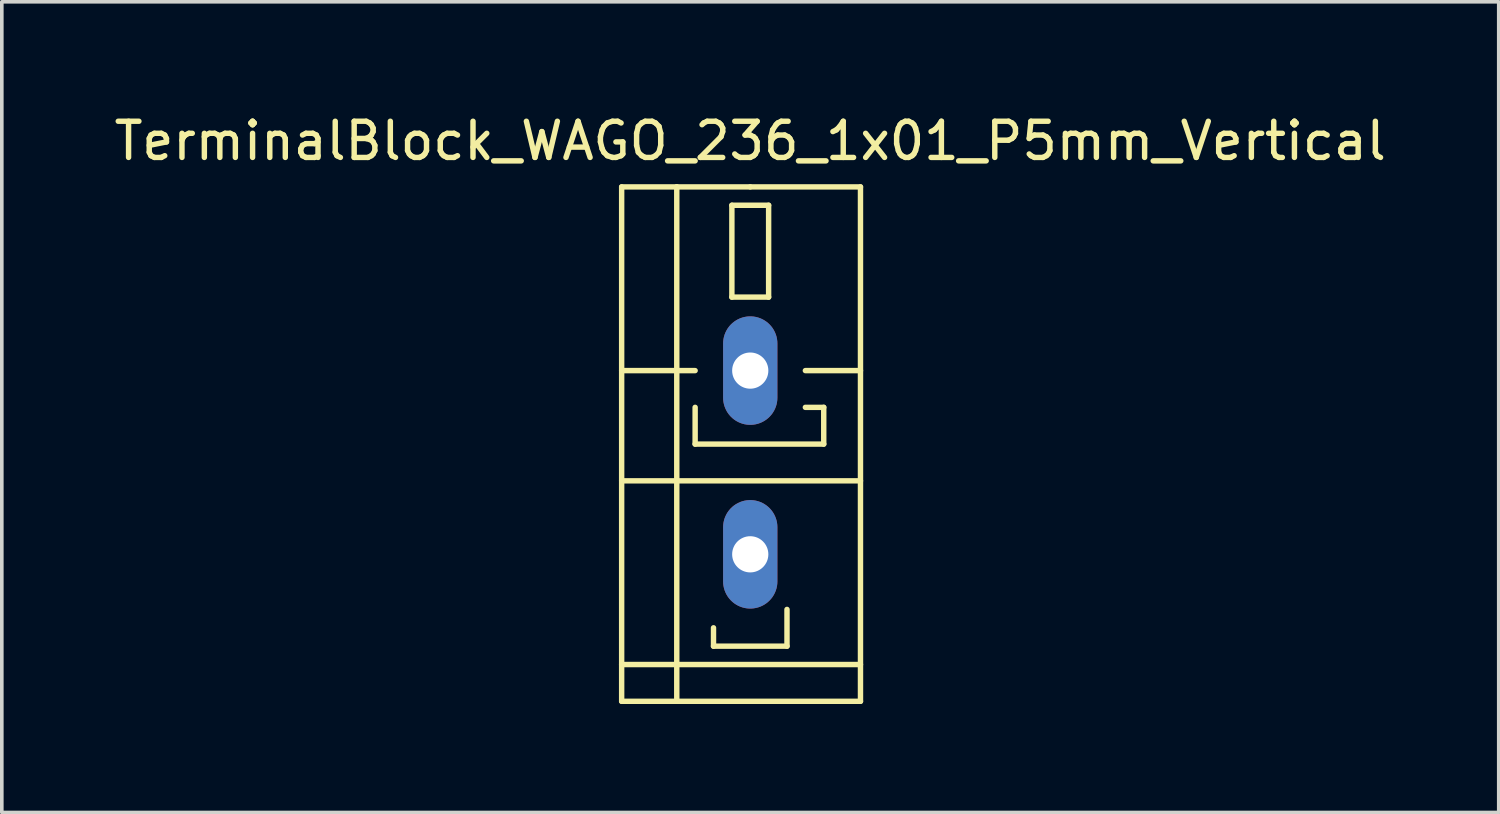
<source format=kicad_pcb>
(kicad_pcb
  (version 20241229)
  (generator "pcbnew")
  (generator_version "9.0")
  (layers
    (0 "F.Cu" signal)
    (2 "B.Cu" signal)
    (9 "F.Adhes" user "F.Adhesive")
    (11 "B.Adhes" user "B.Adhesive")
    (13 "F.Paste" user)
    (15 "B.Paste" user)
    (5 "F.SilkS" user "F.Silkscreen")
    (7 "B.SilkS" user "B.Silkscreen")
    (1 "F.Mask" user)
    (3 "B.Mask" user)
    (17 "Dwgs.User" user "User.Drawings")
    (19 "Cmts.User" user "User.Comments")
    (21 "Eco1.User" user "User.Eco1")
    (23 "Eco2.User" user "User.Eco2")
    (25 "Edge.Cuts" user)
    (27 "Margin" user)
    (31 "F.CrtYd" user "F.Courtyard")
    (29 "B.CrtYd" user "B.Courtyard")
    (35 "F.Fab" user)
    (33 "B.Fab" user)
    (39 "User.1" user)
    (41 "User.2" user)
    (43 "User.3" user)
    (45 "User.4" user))
  (footprint "TerminalBlock_WAGO_236_1x01_P5mm_Vertical"
    (layer "F.Cu")
    (at 17.696 9.738)
    (property "Reference" "TerminalBlock_WAGO_236_1x01_P5mm_Vertical" (at 0 -8.89 0) (layer "F.SilkS") (effects (font (size 1 1) (thickness 0.15))))
    (attr through_hole)
    (fp_line (start -3.556 -7.62) (end -2.032 -7.62) (stroke (width 0.15) (type solid)) (layer "F.SilkS"))
    (fp_line (start -3.556 -2.54) (end -1.524 -2.54) (stroke (width 0.15) (type solid)) (layer "F.SilkS"))
    (fp_line (start -3.556 0.508) (end 3.048 0.508) (stroke (width 0.15) (type solid)) (layer "F.SilkS"))
    (fp_line (start -3.556 5.588) (end 3.048 5.588) (stroke (width 0.15) (type solid)) (layer "F.SilkS"))
    (fp_line (start -3.556 6.604) (end -3.556 -7.62) (stroke (width 0.15) (type solid)) (layer "F.SilkS"))
    (fp_line (start -2.032 -7.62) (end 0 -7.62) (stroke (width 0.15) (type solid)) (layer "F.SilkS"))
    (fp_line (start -2.032 6.604) (end -3.556 6.604) (stroke (width 0.15) (type solid)) (layer "F.SilkS"))
    (fp_line (start -2.032 6.604) (end -2.032 -7.62) (stroke (width 0.15) (type solid)) (layer "F.SilkS"))
    (fp_line (start -1.524 -1.524) (end -1.524 -0.508) (stroke (width 0.15) (type solid)) (layer "F.SilkS"))
    (fp_line (start -1.524 -0.508) (end 2.032 -0.508) (stroke (width 0.15) (type solid)) (layer "F.SilkS"))
    (fp_line (start -1.016 4.572) (end -1.016 5.08) (stroke (width 0.15) (type solid)) (layer "F.SilkS"))
    (fp_line (start -1.016 5.08) (end 1.016 5.08) (stroke (width 0.15) (type solid)) (layer "F.SilkS"))
    (fp_line (start -0.508 -7.112) (end 0.508 -7.112) (stroke (width 0.15) (type solid)) (layer "F.SilkS"))
    (fp_line (start -0.508 -4.572) (end -0.508 -7.112) (stroke (width 0.15) (type solid)) (layer "F.SilkS"))
    (fp_line (start 0 -7.62) (end 3.048 -7.62) (stroke (width 0.15) (type solid)) (layer "F.SilkS"))
    (fp_line (start 0.508 -7.112) (end 0.508 -4.572) (stroke (width 0.15) (type solid)) (layer "F.SilkS"))
    (fp_line (start 0.508 -4.572) (end -0.508 -4.572) (stroke (width 0.15) (type solid)) (layer "F.SilkS"))
    (fp_line (start 1.016 5.08) (end 1.016 4.064) (stroke (width 0.15) (type solid)) (layer "F.SilkS"))
    (fp_line (start 1.524 -2.54) (end 3.048 -2.54) (stroke (width 0.15) (type solid)) (layer "F.SilkS"))
    (fp_line (start 2.032 -1.524) (end 1.524 -1.524) (stroke (width 0.15) (type solid)) (layer "F.SilkS"))
    (fp_line (start 2.032 -0.508) (end 2.032 -1.524) (stroke (width 0.15) (type solid)) (layer "F.SilkS"))
    (fp_line (start 3.048 -7.62) (end 3.048 6.604) (stroke (width 0.15) (type solid)) (layer "F.SilkS"))
    (fp_line (start 3.048 6.604) (end -2.032 6.604) (stroke (width 0.15) (type solid)) (layer "F.SilkS"))
    (pad "1" thru_hole oval (at 0 -2.54 90) (size 3 1.501) (drill 1.001) (layers "*.Cu" "*.Mask"))
    (pad "1" thru_hole oval (at 0 2.54 90) (size 3 1.501) (drill 1.001) (layers "*.Cu" "*.Mask")))
  (gr_rect
    (start -3 -3)
    (end 38.393 19.417)
    (stroke (width 0.1) (type default))
    (fill no)
    (layer "Edge.Cuts")))
</source>
